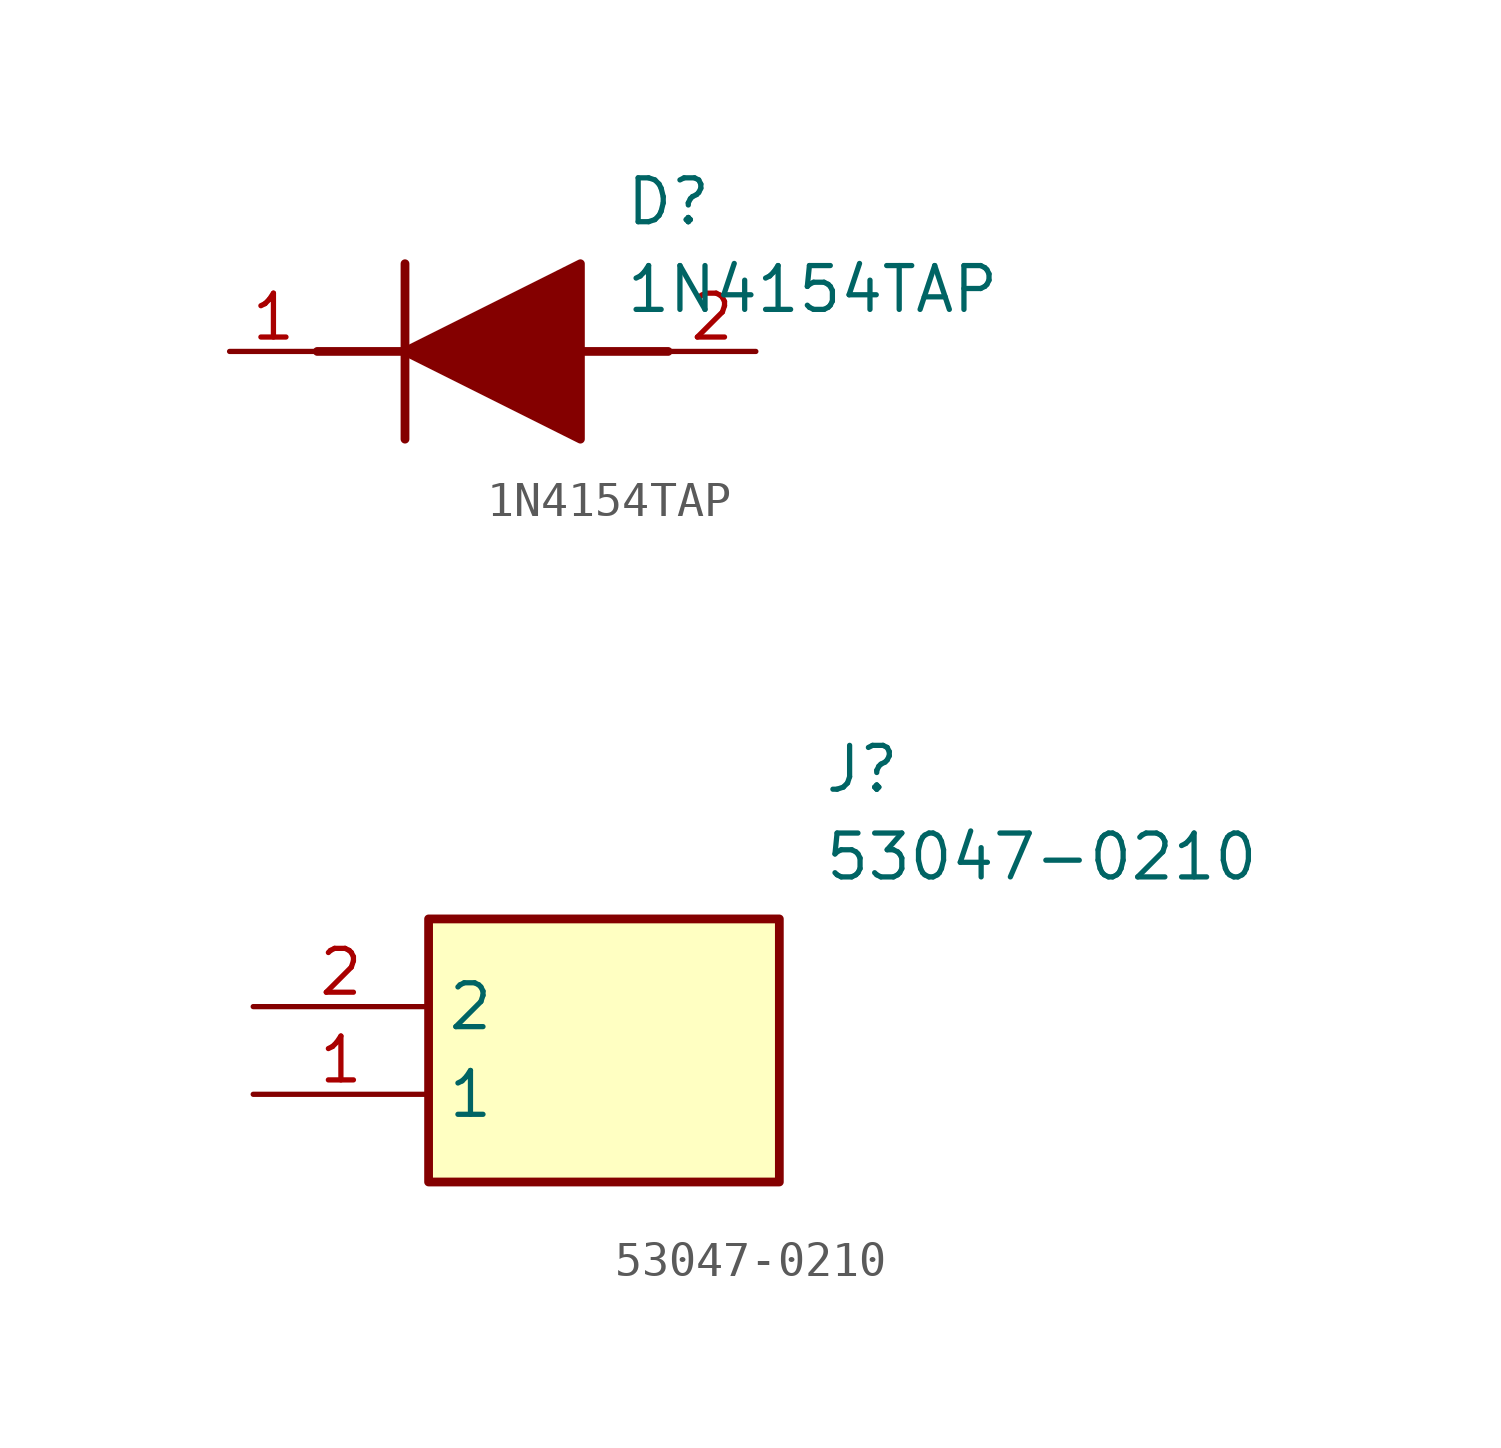
<source format=kicad_sym>
(kicad_symbol_lib
  (version 20231120)
  (generator "kicad_symbol_editor")
  (generator_version "8.0")
  (symbol "1N4154TAP"
    (pin_names hide)
    (property "Reference" "D"
      (at 11.43 5.08 0)
      (effects (font (size 1.27 1.27)) (justify left top)))
    (property "Value" "1N4154TAP"
      (at 11.43 2.54 0)
      (effects (font (size 1.27 1.27)) (justify left top)))
    (symbol "1N4154TAP_1_1"
      (polyline (pts (xy 2.54 0) (xy 5.08 0)) (stroke (width 0.254) (type default)) (fill (type none)))
      (polyline (pts (xy 5.08 2.54) (xy 5.08 -2.54)) (stroke (width 0.254) (type default)) (fill (type none)))
      (polyline (pts (xy 10.16 0) (xy 12.7 0)) (stroke (width 0.254) (type default)) (fill (type none)))
      (polyline (pts (xy 5.08 0) (xy 10.16 2.54) (xy 10.16 -2.54) (xy 5.08 0)) (stroke (width 0.254) (type default)) (fill (type outline)))
      (pin passive line (at 0 0 0) (length 2.54) (name "K" (effects (font (size 1.27 1.27)))) (number "1" (effects (font (size 1.27 1.27)))))
      (pin passive line (at 15.24 0 180) (length 2.54) (name "A" (effects (font (size 1.27 1.27)))) (number "2" (effects (font (size 1.27 1.27)))))))
  (symbol "53047-0210"
    (property "Reference" "J"
      (at 16.51 7.62 0)
      (effects (font (size 1.27 1.27)) (justify left top)))
    (property "Value" "53047-0210"
      (at 16.51 5.08 0)
      (effects (font (size 1.27 1.27)) (justify left top)))
    (symbol "53047-0210_1_1"
      (rectangle (start 5.08 2.54) (end 15.24 -5.08) (stroke (width 0.254) (type default)) (fill (type background)))
      (pin passive line (at 0 -2.54 0) (length 5.08) (name "1" (effects (font (size 1.27 1.27)))) (number "1" (effects (font (size 1.27 1.27)))))
      (pin passive line (at 0 0 0) (length 5.08) (name "2" (effects (font (size 1.27 1.27)))) (number "2" (effects (font (size 1.27 1.27))))))))
</source>
